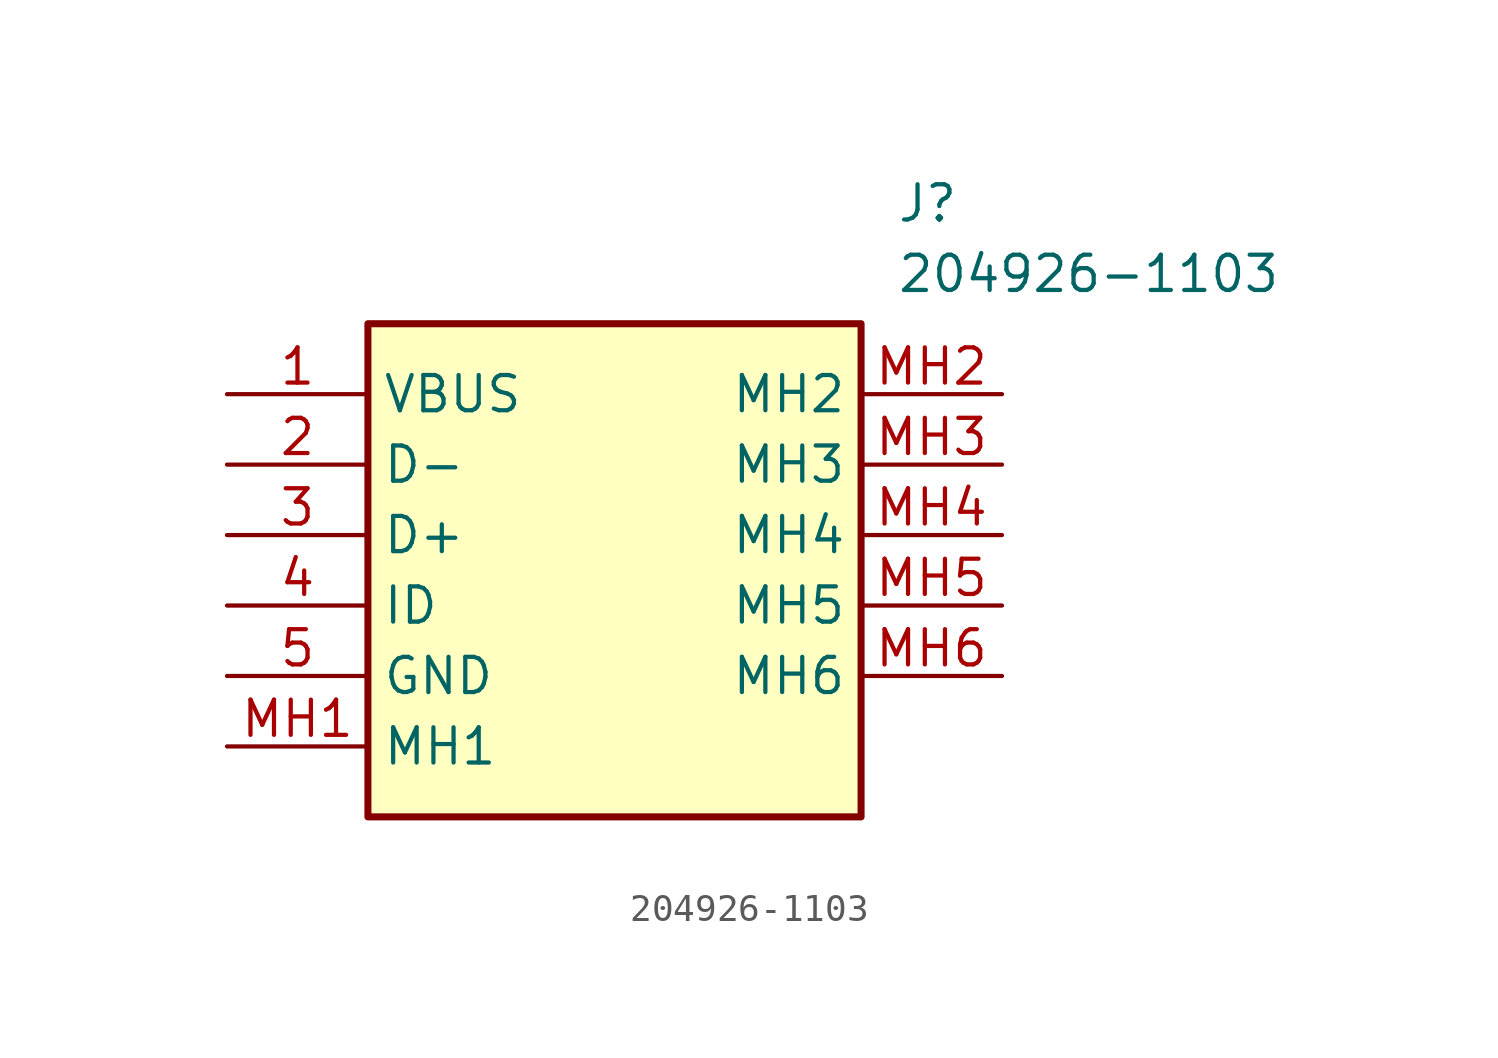
<source format=kicad_sym>
(kicad_symbol_lib
  (version 20211014)
  (generator SamacSys_ECAD_Model)
  (symbol "204926-1103"
    (property "Reference" "J"
      (at 24.13 7.62 0)
      (effects (font (size 1.27 1.27)) (justify left top)))
    (property "Value" "204926-1103"
      (at 24.13 5.08 0)
      (effects (font (size 1.27 1.27)) (justify left top)))
    (rectangle
      (start 5.08 2.54)
      (end 22.86 -15.24)
      (stroke (width 0.254) (type default))
      (fill (type background)))
    (pin passive line
      (at 0 0 0)
      (length 5.08)
      (name "VBUS" (effects (font (size 1.27 1.27))))
      (number "1" (effects (font (size 1.27 1.27)))))
    (pin passive line
      (at 0 -2.54 0)
      (length 5.08)
      (name "D-" (effects (font (size 1.27 1.27))))
      (number "2" (effects (font (size 1.27 1.27)))))
    (pin passive line
      (at 0 -5.08 0)
      (length 5.08)
      (name "D+" (effects (font (size 1.27 1.27))))
      (number "3" (effects (font (size 1.27 1.27)))))
    (pin passive line
      (at 0 -7.62 0)
      (length 5.08)
      (name "ID" (effects (font (size 1.27 1.27))))
      (number "4" (effects (font (size 1.27 1.27)))))
    (pin passive line
      (at 0 -10.16 0)
      (length 5.08)
      (name "GND" (effects (font (size 1.27 1.27))))
      (number "5" (effects (font (size 1.27 1.27)))))
    (pin passive line
      (at 0 -12.7 0)
      (length 5.08)
      (name "MH1" (effects (font (size 1.27 1.27))))
      (number "MH1" (effects (font (size 1.27 1.27)))))
    (pin passive line
      (at 27.94 0 180)
      (length 5.08)
      (name "MH2" (effects (font (size 1.27 1.27))))
      (number "MH2" (effects (font (size 1.27 1.27)))))
    (pin passive line
      (at 27.94 -2.54 180)
      (length 5.08)
      (name "MH3" (effects (font (size 1.27 1.27))))
      (number "MH3" (effects (font (size 1.27 1.27)))))
    (pin passive line
      (at 27.94 -5.08 180)
      (length 5.08)
      (name "MH4" (effects (font (size 1.27 1.27))))
      (number "MH4" (effects (font (size 1.27 1.27)))))
    (pin passive line
      (at 27.94 -7.62 180)
      (length 5.08)
      (name "MH5" (effects (font (size 1.27 1.27))))
      (number "MH5" (effects (font (size 1.27 1.27)))))
    (pin passive line
      (at 27.94 -10.16 180)
      (length 5.08)
      (name "MH6" (effects (font (size 1.27 1.27))))
      (number "MH6" (effects (font (size 1.27 1.27)))))))
</source>
